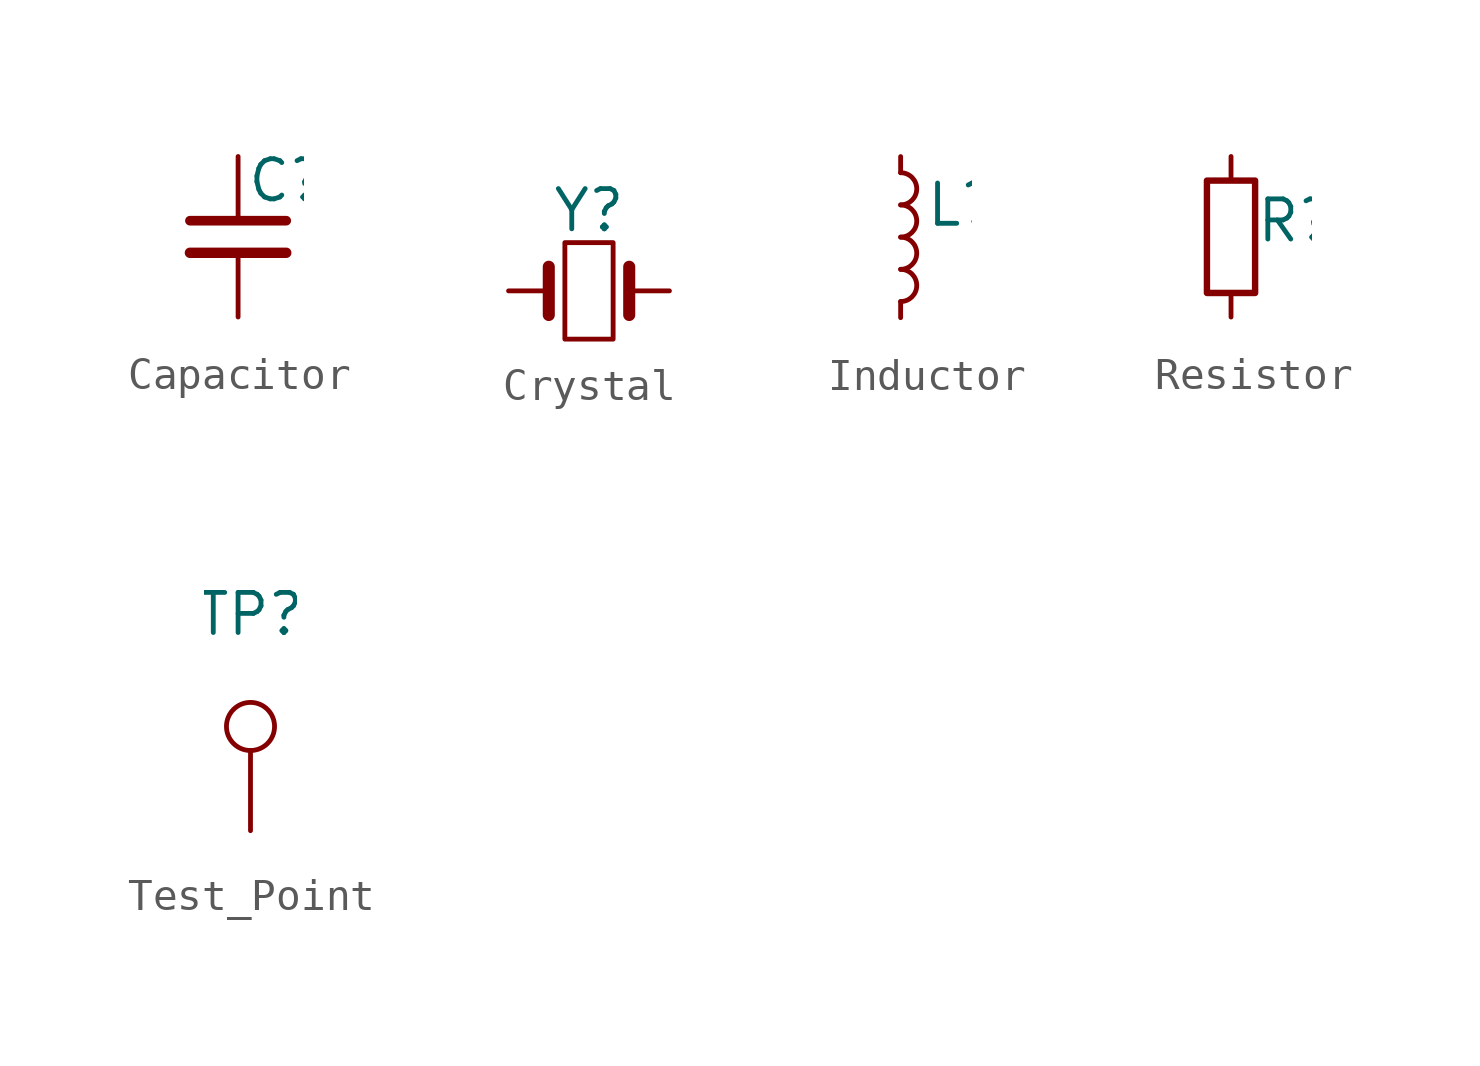
<source format=kicad_sym>
(kicad_symbol_lib
  (version 20231120)
  (generator "kicad_symbol_editor")
  (generator_version "8.0")
  (symbol "Capacitor"
    (pin_numbers hide)
    (pin_names
      (offset 0.254) hide)
    (property "Reference" "C"
      (at 0.254 1.778 0)
      (effects (font (size 1.27 1.27)) (justify left)))
    (property "Capacitance" ""
      (at 0 0 0)
      (effects (font (size 1.27 1.27))))
    (symbol "Capacitor_0_1"
      (polyline (pts (xy -1.524 -0.508) (xy 1.524 -0.508)) (stroke (width 0.33) (type default)) (fill (type none)))
      (polyline (pts (xy -1.524 0.508) (xy 1.524 0.508)) (stroke (width 0.305) (type default)) (fill (type none))))
    (symbol "Capacitor_1_1"
      (pin passive line (at 0 2.54 270) (length 2.032) (name "~" (effects (font (size 1.27 1.27)))) (number "1" (effects (font (size 1.27 1.27)))))
      (pin passive line (at 0 -2.54 90) (length 2.032) (name "~" (effects (font (size 1.27 1.27)))) (number "2" (effects (font (size 1.27 1.27)))))))
  (symbol "Crystal"
    (pin_numbers hide)
    (pin_names
      (offset 1.016) hide)
    (property "Reference" "Y"
      (at 0 2.54 0)
      (effects (font (size 1.27 1.27))))
    (property "Frequency" ""
      (at 0 4.318 0)
      (effects (font (size 1.27 1.27))))
    (symbol "Crystal_0_1"
      (rectangle (start -0.762 -1.524) (end 0.762 1.524) (stroke (width 0) (type default)) (fill (type none)))
      (polyline (pts (xy -1.27 -0.762) (xy -1.27 0.762)) (stroke (width 0.381) (type default)) (fill (type none)))
      (polyline (pts (xy 1.27 -0.762) (xy 1.27 0.762)) (stroke (width 0.381) (type default)) (fill (type none))))
    (symbol "Crystal_1_1"
      (pin passive line (at -2.54 0 0) (length 1.27) (name "1" (effects (font (size 1.27 1.27)))) (number "1" (effects (font (size 1.27 1.27)))))
      (pin passive line (at 2.54 0 180) (length 1.27) (name "2" (effects (font (size 1.27 1.27)))) (number "2" (effects (font (size 1.27 1.27)))))))
  (symbol "Inductor"
    (pin_numbers hide)
    (pin_names
      (offset 0.254) hide)
    (property "Reference" "L"
      (at 0.762 1.016 0)
      (effects (font (size 1.27 1.27)) (justify left)))
    (property "Inductance" ""
      (at 0 0 0)
      (effects (font (size 1.27 1.27))))
    (symbol "Inductor_0_1"
      (arc (start 0 -2.032) (mid 0.5058 -1.524) (end 0 -1.016) (stroke (width 0) (type default)) (fill (type none)))
      (arc (start 0 -1.016) (mid 0.5058 -0.508) (end 0 0) (stroke (width 0) (type default)) (fill (type none)))
      (arc (start 0 0) (mid 0.5058 0.508) (end 0 1.016) (stroke (width 0) (type default)) (fill (type none)))
      (arc (start 0 1.016) (mid 0.5058 1.524) (end 0 2.032) (stroke (width 0) (type default)) (fill (type none))))
    (symbol "Inductor_1_1"
      (pin passive line (at 0 2.54 270) (length 0.508) (name "~" (effects (font (size 1.27 1.27)))) (number "1" (effects (font (size 1.27 1.27)))))
      (pin passive line (at 0 -2.54 90) (length 0.508) (name "~" (effects (font (size 1.27 1.27)))) (number "2" (effects (font (size 1.27 1.27)))))))
  (symbol "Resistor"
    (pin_numbers hide)
    (pin_names
      (offset 0.254) hide)
    (property "Reference" "R"
      (at 0.762 0.508 0)
      (effects (font (size 1.27 1.27)) (justify left)))
    (property "Resistance" ""
      (at 0 0 0)
      (effects (font (size 1.27 1.27))))
    (symbol "Resistor_0_1"
      (rectangle (start -0.762 1.778) (end 0.762 -1.778) (stroke (width 0.203) (type default)) (fill (type none))))
    (symbol "Resistor_1_1"
      (pin passive line (at 0 2.54 270) (length 0.762) (name "~" (effects (font (size 1.27 1.27)))) (number "1" (effects (font (size 1.27 1.27)))))
      (pin passive line (at 0 -2.54 90) (length 0.762) (name "~" (effects (font (size 1.27 1.27)))) (number "2" (effects (font (size 1.27 1.27)))))))
  (symbol "Test_Point"
    (pin_numbers hide)
    (pin_names
      (offset 0.762) hide)
    (property "Reference" "TP"
      (at 0 6.858 0)
      (effects (font (size 1.27 1.27))))
    (symbol "Test_Point_0_1"
      (circle (center 0 3.302) (radius 0.762) (stroke (width 0) (type default)) (fill (type none))))
    (symbol "Test_Point_1_1"
      (pin passive line (at 0 0 90) (length 2.54) (name "1" (effects (font (size 1.27 1.27)))) (number "1" (effects (font (size 1.27 1.27))))))))
</source>
